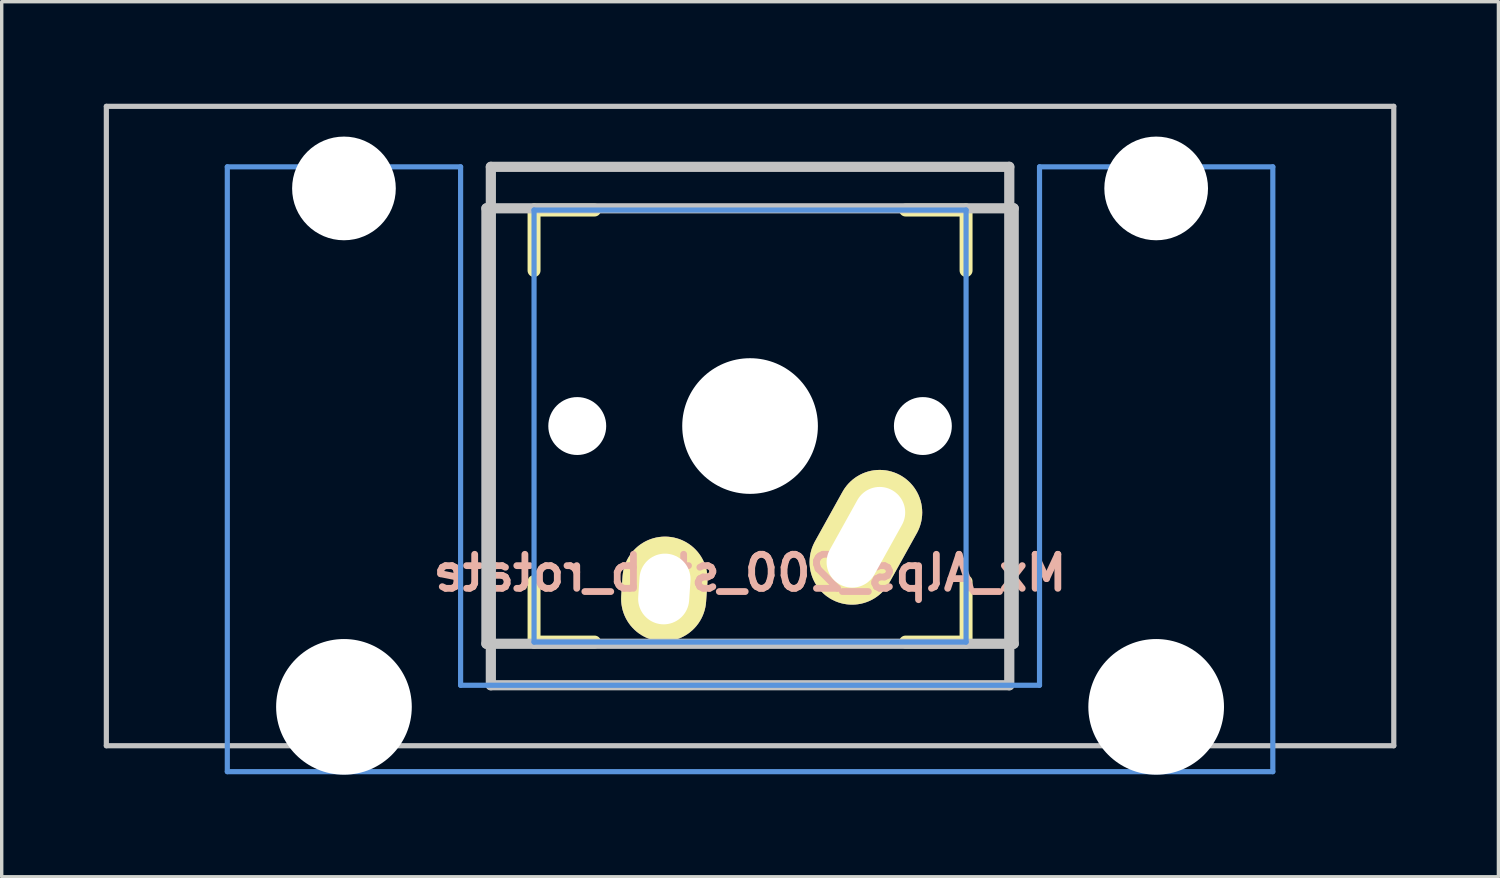
<source format=kicad_pcb>
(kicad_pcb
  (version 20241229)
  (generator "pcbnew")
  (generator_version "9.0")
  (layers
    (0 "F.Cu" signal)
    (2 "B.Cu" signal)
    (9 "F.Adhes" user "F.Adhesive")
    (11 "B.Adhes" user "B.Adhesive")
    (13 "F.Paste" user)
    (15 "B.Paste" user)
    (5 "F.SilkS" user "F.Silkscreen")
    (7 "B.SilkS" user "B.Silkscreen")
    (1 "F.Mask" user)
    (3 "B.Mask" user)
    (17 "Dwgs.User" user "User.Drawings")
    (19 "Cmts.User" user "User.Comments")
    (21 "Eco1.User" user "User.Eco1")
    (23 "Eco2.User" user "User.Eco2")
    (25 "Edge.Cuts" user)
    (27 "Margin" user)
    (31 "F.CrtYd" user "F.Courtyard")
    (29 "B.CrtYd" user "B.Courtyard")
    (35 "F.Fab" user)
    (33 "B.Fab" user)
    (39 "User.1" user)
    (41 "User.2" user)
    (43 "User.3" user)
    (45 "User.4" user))
  (footprint "Mx_Alps_200_stab_rotate"
    (layer "F.Cu")
    (at 18.999 9.474)
    (property "Reference" "Mx_Alps_200_stab_rotate" (at 0 4.318 0) (layer "B.SilkS") (effects (font (size 1 1) (thickness 0.2)) (justify mirror)))
    (attr through_hole)
    (fp_line (start -6.35 -6.35) (end -4.572 -6.35) (stroke (width 0.381) (type solid)) (layer "F.SilkS"))
    (fp_line (start -6.35 -4.572) (end -6.35 -6.35) (stroke (width 0.381) (type solid)) (layer "F.SilkS"))
    (fp_line (start -6.35 6.35) (end -6.35 4.572) (stroke (width 0.381) (type solid)) (layer "F.SilkS"))
    (fp_line (start -4.572 6.35) (end -6.35 6.35) (stroke (width 0.381) (type solid)) (layer "F.SilkS"))
    (fp_line (start 4.572 -6.35) (end 6.35 -6.35) (stroke (width 0.381) (type solid)) (layer "F.SilkS"))
    (fp_line (start 6.35 -6.35) (end 6.35 -4.572) (stroke (width 0.381) (type solid)) (layer "F.SilkS"))
    (fp_line (start 6.35 4.572) (end 6.35 6.35) (stroke (width 0.381) (type solid)) (layer "F.SilkS"))
    (fp_line (start 6.35 6.35) (end 4.572 6.35) (stroke (width 0.381) (type solid)) (layer "F.SilkS"))
    (fp_line (start -18.923 -9.398) (end 18.923 -9.398) (stroke (width 0.152) (type solid)) (layer "Dwgs.User"))
    (fp_line (start -18.923 9.398) (end -18.923 -9.398) (stroke (width 0.152) (type solid)) (layer "Dwgs.User"))
    (fp_line (start -7.75 6.4) (end -7.75 -6.4) (stroke (width 0.3) (type solid)) (layer "Dwgs.User"))
    (fp_line (start -7.75 6.4) (end 7.75 6.4) (stroke (width 0.3) (type solid)) (layer "Dwgs.User"))
    (fp_line (start -7.62 -7.62) (end 7.62 -7.62) (stroke (width 0.3) (type solid)) (layer "Dwgs.User"))
    (fp_line (start -7.62 7.62) (end -7.62 -7.62) (stroke (width 0.3) (type solid)) (layer "Dwgs.User"))
    (fp_line (start 7.62 -7.62) (end 7.62 7.62) (stroke (width 0.3) (type solid)) (layer "Dwgs.User"))
    (fp_line (start 7.62 7.62) (end -7.62 7.62) (stroke (width 0.3) (type solid)) (layer "Dwgs.User"))
    (fp_line (start 7.75 -6.4) (end -7.75 -6.4) (stroke (width 0.3) (type solid)) (layer "Dwgs.User"))
    (fp_line (start 7.75 6.4) (end 7.75 -6.4) (stroke (width 0.3) (type solid)) (layer "Dwgs.User"))
    (fp_line (start 18.923 -9.398) (end 18.923 9.398) (stroke (width 0.152) (type solid)) (layer "Dwgs.User"))
    (fp_line (start 18.923 9.398) (end -18.923 9.398) (stroke (width 0.152) (type solid)) (layer "Dwgs.User"))
    (fp_line (start -15.367 -7.62) (end -15.367 10.16) (stroke (width 0.152) (type solid)) (layer "Cmts.User"))
    (fp_line (start -15.367 10.16) (end 15.367 10.16) (stroke (width 0.152) (type solid)) (layer "Cmts.User"))
    (fp_line (start -8.509 -7.62) (end -15.367 -7.62) (stroke (width 0.152) (type solid)) (layer "Cmts.User"))
    (fp_line (start -8.509 7.62) (end -8.509 -7.62) (stroke (width 0.152) (type solid)) (layer "Cmts.User"))
    (fp_line (start -6.35 -6.35) (end 6.35 -6.35) (stroke (width 0.152) (type solid)) (layer "Cmts.User"))
    (fp_line (start -6.35 6.35) (end -6.35 -6.35) (stroke (width 0.152) (type solid)) (layer "Cmts.User"))
    (fp_line (start 6.35 -6.35) (end 6.35 6.35) (stroke (width 0.152) (type solid)) (layer "Cmts.User"))
    (fp_line (start 6.35 6.35) (end -6.35 6.35) (stroke (width 0.152) (type solid)) (layer "Cmts.User"))
    (fp_line (start 8.509 -7.62) (end 8.509 7.62) (stroke (width 0.152) (type solid)) (layer "Cmts.User"))
    (fp_line (start 8.509 7.62) (end -8.509 7.62) (stroke (width 0.152) (type solid)) (layer "Cmts.User"))
    (fp_line (start 15.367 -7.62) (end 8.509 -7.62) (stroke (width 0.152) (type solid)) (layer "Cmts.User"))
    (fp_line (start 15.367 10.16) (end 15.367 -7.62) (stroke (width 0.152) (type solid)) (layer "Cmts.User"))
    (fp_line (start -16.129 -2.286) (end -15.265 -2.286) (stroke (width 0.152) (type solid)) (layer "Eco2.User"))
    (fp_line (start -16.129 0.508) (end -16.129 -2.286) (stroke (width 0.152) (type solid)) (layer "Eco2.User"))
    (fp_line (start -15.265 -5.69) (end -8.611 -5.69) (stroke (width 0.152) (type solid)) (layer "Eco2.User"))
    (fp_line (start -15.265 -2.286) (end -15.265 -5.69) (stroke (width 0.152) (type solid)) (layer "Eco2.User"))
    (fp_line (start -15.265 0.508) (end -16.129 0.508) (stroke (width 0.152) (type solid)) (layer "Eco2.User"))
    (fp_line (start -15.265 6.604) (end -15.265 0.508) (stroke (width 0.152) (type solid)) (layer "Eco2.User"))
    (fp_line (start -14.224 6.604) (end -15.265 6.604) (stroke (width 0.152) (type solid)) (layer "Eco2.User"))
    (fp_line (start -14.224 7.772) (end -14.224 6.604) (stroke (width 0.152) (type solid)) (layer "Eco2.User"))
    (fp_line (start -9.652 6.604) (end -9.652 7.772) (stroke (width 0.152) (type solid)) (layer "Eco2.User"))
    (fp_line (start -9.652 7.772) (end -14.224 7.772) (stroke (width 0.152) (type solid)) (layer "Eco2.User"))
    (fp_line (start -8.611 -5.69) (end -8.611 -4.877) (stroke (width 0.152) (type solid)) (layer "Eco2.User"))
    (fp_line (start -8.611 -4.877) (end -6.985 -4.877) (stroke (width 0.152) (type solid)) (layer "Eco2.User"))
    (fp_line (start -8.611 5.817) (end -8.611 6.604) (stroke (width 0.152) (type solid)) (layer "Eco2.User"))
    (fp_line (start -8.611 6.604) (end -9.652 6.604) (stroke (width 0.152) (type solid)) (layer "Eco2.User"))
    (fp_line (start -6.985 -6.985) (end 6.985 -6.985) (stroke (width 0.152) (type solid)) (layer "Eco2.User"))
    (fp_line (start -6.985 -4.877) (end -6.985 -6.985) (stroke (width 0.152) (type solid)) (layer "Eco2.User"))
    (fp_line (start -6.985 5.817) (end -8.611 5.817) (stroke (width 0.152) (type solid)) (layer "Eco2.User"))
    (fp_line (start -6.985 6.985) (end -6.985 5.817) (stroke (width 0.152) (type solid)) (layer "Eco2.User"))
    (fp_line (start 6.985 -6.985) (end 6.985 -4.877) (stroke (width 0.152) (type solid)) (layer "Eco2.User"))
    (fp_line (start 6.985 -4.877) (end 8.611 -4.877) (stroke (width 0.152) (type solid)) (layer "Eco2.User"))
    (fp_line (start 6.985 5.817) (end 6.985 6.985) (stroke (width 0.152) (type solid)) (layer "Eco2.User"))
    (fp_line (start 6.985 6.985) (end -6.985 6.985) (stroke (width 0.152) (type solid)) (layer "Eco2.User"))
    (fp_line (start 8.611 -5.69) (end 15.265 -5.69) (stroke (width 0.152) (type solid)) (layer "Eco2.User"))
    (fp_line (start 8.611 -4.877) (end 8.611 -5.69) (stroke (width 0.152) (type solid)) (layer "Eco2.User"))
    (fp_line (start 8.611 5.817) (end 6.985 5.817) (stroke (width 0.152) (type solid)) (layer "Eco2.User"))
    (fp_line (start 8.611 6.604) (end 8.611 5.817) (stroke (width 0.152) (type solid)) (layer "Eco2.User"))
    (fp_line (start 9.652 6.604) (end 8.611 6.604) (stroke (width 0.152) (type solid)) (layer "Eco2.User"))
    (fp_line (start 9.652 7.772) (end 9.652 6.604) (stroke (width 0.152) (type solid)) (layer "Eco2.User"))
    (fp_line (start 14.224 6.604) (end 14.224 7.772) (stroke (width 0.152) (type solid)) (layer "Eco2.User"))
    (fp_line (start 14.224 7.772) (end 9.652 7.772) (stroke (width 0.152) (type solid)) (layer "Eco2.User"))
    (fp_line (start 15.265 -5.69) (end 15.265 -2.286) (stroke (width 0.152) (type solid)) (layer "Eco2.User"))
    (fp_line (start 15.265 -2.286) (end 16.129 -2.286) (stroke (width 0.152) (type solid)) (layer "Eco2.User"))
    (fp_line (start 15.265 0.508) (end 15.265 6.604) (stroke (width 0.152) (type solid)) (layer "Eco2.User"))
    (fp_line (start 15.265 6.604) (end 14.224 6.604) (stroke (width 0.152) (type solid)) (layer "Eco2.User"))
    (fp_line (start 16.129 -2.286) (end 16.129 0.508) (stroke (width 0.152) (type solid)) (layer "Eco2.User"))
    (fp_line (start 16.129 0.508) (end 15.265 0.508) (stroke (width 0.152) (type solid)) (layer "Eco2.User"))
    (pad "" np_thru_hole circle (at -11.938 -6.985) (size 3.048 3.048) (drill 3.048) (layers "*.Cu"))
    (pad "" np_thru_hole circle (at -11.938 8.255) (size 3.988 3.988) (drill 3.988) (layers "*.Cu"))
    (pad "" np_thru_hole circle (at -5.08 0 180) (size 1.702 1.702) (drill 1.702) (layers "*.Cu"))
    (pad "" np_thru_hole circle (at 0 0 180) (size 3.988 3.988) (drill 3.988) (layers "*.Cu"))
    (pad "" np_thru_hole circle (at 5.08 0 180) (size 1.702 1.702) (drill 1.702) (layers "*.Cu"))
    (pad "" np_thru_hole circle (at 11.938 -6.985) (size 3.048 3.048) (drill 3.048) (layers "*.Cu"))
    (pad "" np_thru_hole circle (at 11.938 8.255) (size 3.988 3.988) (drill 3.988) (layers "*.Cu"))
    (pad "1" thru_hole oval (at 3.405 3.27 150.95) (size 2.5 4.17) (drill oval 1.5 3.17) (layers "*.Cu" "*.Mask" "F.SilkS"))
    (pad "2" thru_hole oval (at -2.52 4.79 176.1) (size 2.5 3.08) (drill oval 1.5 2.08) (layers "*.Cu" "*.Mask" "F.SilkS")))
  (gr_rect
    (start -3 -3)
    (end 40.998 22.723)
    (stroke (width 0.1) (type default))
    (fill no)
    (layer "Edge.Cuts")))
</source>
